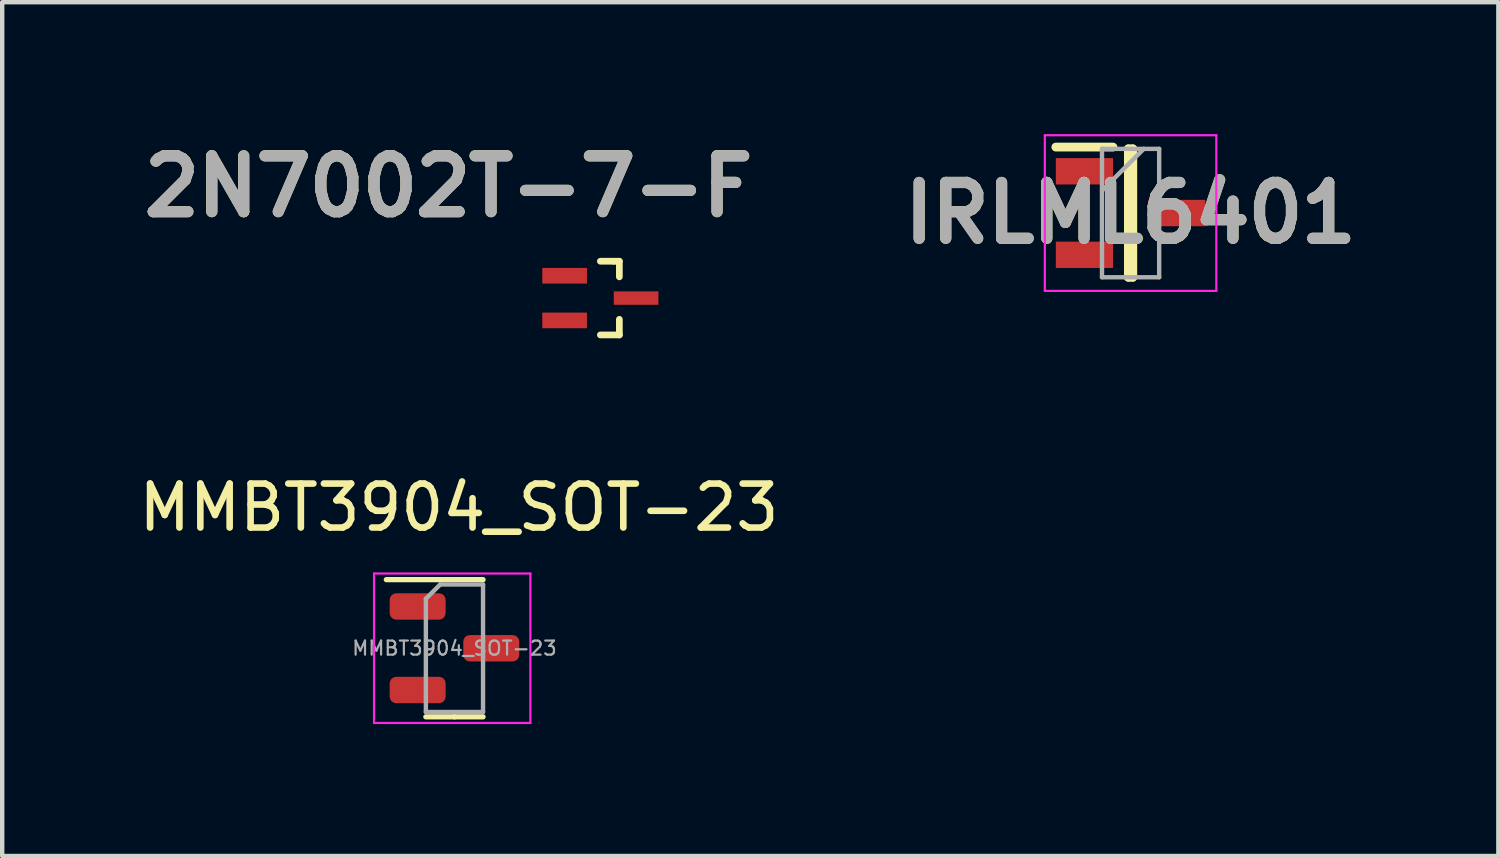
<source format=kicad_pcb>
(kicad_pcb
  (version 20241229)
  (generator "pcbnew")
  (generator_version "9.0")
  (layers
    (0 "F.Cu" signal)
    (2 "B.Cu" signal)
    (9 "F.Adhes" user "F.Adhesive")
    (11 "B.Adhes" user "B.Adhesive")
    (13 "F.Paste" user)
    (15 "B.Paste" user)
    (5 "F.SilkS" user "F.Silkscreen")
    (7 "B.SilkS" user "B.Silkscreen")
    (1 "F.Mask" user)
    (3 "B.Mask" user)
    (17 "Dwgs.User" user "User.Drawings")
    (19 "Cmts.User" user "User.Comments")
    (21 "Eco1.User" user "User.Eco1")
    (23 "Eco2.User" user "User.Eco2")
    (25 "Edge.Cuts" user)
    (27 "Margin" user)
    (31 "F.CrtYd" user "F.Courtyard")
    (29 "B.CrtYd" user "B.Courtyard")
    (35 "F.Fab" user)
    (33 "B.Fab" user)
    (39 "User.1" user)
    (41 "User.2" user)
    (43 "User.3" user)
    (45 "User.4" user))
  (footprint "IRLML6401"
    (layer "F.Cu")
    (at 22.661 1.795)
    (property "Reference" "IRLML6401" (at 0 0 0) (layer "F.SilkS") (effects (font (size 1.27 1.27) (thickness 0.254))))
    (attr smd)
    (fp_line (start -1.7 -1.5) (end -0.4 -1.5) (stroke (width 0.2) (type solid)) (layer "F.SilkS"))
    (fp_line (start -0.05 -1.46) (end 0.05 -1.46) (stroke (width 0.2) (type solid)) (layer "F.SilkS"))
    (fp_line (start -0.05 1.46) (end -0.05 -1.46) (stroke (width 0.2) (type solid)) (layer "F.SilkS"))
    (fp_line (start 0.05 -1.46) (end 0.05 1.46) (stroke (width 0.2) (type solid)) (layer "F.SilkS"))
    (fp_line (start 0.05 1.46) (end -0.05 1.46) (stroke (width 0.2) (type solid)) (layer "F.SilkS"))
    (fp_line (start -1.95 -1.77) (end 1.95 -1.77) (stroke (width 0.05) (type solid)) (layer "F.CrtYd"))
    (fp_line (start -1.95 1.77) (end -1.95 -1.77) (stroke (width 0.05) (type solid)) (layer "F.CrtYd"))
    (fp_line (start 1.95 -1.77) (end 1.95 1.77) (stroke (width 0.05) (type solid)) (layer "F.CrtYd"))
    (fp_line (start 1.95 1.77) (end -1.95 1.77) (stroke (width 0.05) (type solid)) (layer "F.CrtYd"))
    (fp_line (start -0.65 -1.46) (end 0.65 -1.46) (stroke (width 0.1) (type solid)) (layer "F.Fab"))
    (fp_line (start -0.65 -0.51) (end 0.3 -1.46) (stroke (width 0.1) (type solid)) (layer "F.Fab"))
    (fp_line (start -0.65 1.46) (end -0.65 -1.46) (stroke (width 0.1) (type solid)) (layer "F.Fab"))
    (fp_line (start 0.65 -1.46) (end 0.65 1.46) (stroke (width 0.1) (type solid)) (layer "F.Fab"))
    (fp_line (start 0.65 1.46) (end -0.65 1.46) (stroke (width 0.1) (type solid)) (layer "F.Fab"))
    (fp_text user "${REFERENCE}" (at 0 0 0) (layer "F.Fab") (effects (font (size 1.27 1.27) (thickness 0.254))))
    (pad "1" smd rect (at -1.05 -0.95 90) (size 0.6 1.3) (layers "F.Cu" "F.Mask" "F.Paste"))
    (pad "2" smd rect (at -1.05 0.95 90) (size 0.6 1.3) (layers "F.Cu" "F.Mask" "F.Paste"))
    (pad "3" smd rect (at 1.05 0 90) (size 0.6 1.3) (layers "F.Cu" "F.Mask" "F.Paste")))
  (footprint "2N7002T-7-F"
    (layer "F.Cu")
    (at 10.603 3.729)
    (property "Reference" "2N7002T-7-F" (at -3.454 -2.54 0) (layer "F.SilkS") (effects (font (size 1.27 1.27) (thickness 0.254))))
    (attr smd)
    (fp_line (start 0 0.838) (end 0.432 0.838) (stroke (width 0.152) (type solid)) (layer "F.SilkS"))
    (fp_line (start 0.305 -0.838) (end 0 -0.838) (stroke (width 0.152) (type solid)) (layer "F.SilkS"))
    (fp_line (start 0.432 -0.838) (end 0.305 -0.838) (stroke (width 0.152) (type solid)) (layer "F.SilkS"))
    (fp_line (start 0.432 -0.483) (end 0.432 -0.838) (stroke (width 0.152) (type solid)) (layer "F.SilkS"))
    (fp_line (start 0.432 0.838) (end 0.432 0.483) (stroke (width 0.152) (type solid)) (layer "F.SilkS"))
    (fp_text user "${REFERENCE}" (at -3.454 -2.54 0) (layer "F.Fab") (effects (font (size 1.27 1.27) (thickness 0.254))))
    (pad "1" smd rect (at -0.813 -0.508 90) (size 0.356 1.016) (layers "F.Cu" "F.Mask" "F.Paste"))
    (pad "2" smd rect (at -0.813 0.508 90) (size 0.356 1.016) (layers "F.Cu" "F.Mask" "F.Paste"))
    (pad "3" smd rect (at 0.813 0 90) (size 0.305 1.016) (layers "F.Cu" "F.Mask" "F.Paste")))
  (footprint "MMBT3904_SOT-23"
    (layer "F.Cu")
    (at 7.285 11.692)
    (property "Reference" "MMBT3904_SOT-23" (at 0.102 -3.2 0) (layer "F.SilkS") (effects (font (size 1 1) (thickness 0.15))))
    (attr smd)
    (fp_line (start 0 -1.56) (end -1.549 -1.56) (stroke (width 0.12) (type solid)) (layer "F.SilkS"))
    (fp_line (start 0 -1.56) (end 0.65 -1.56) (stroke (width 0.12) (type solid)) (layer "F.SilkS"))
    (fp_line (start 0 1.56) (end -0.65 1.56) (stroke (width 0.12) (type solid)) (layer "F.SilkS"))
    (fp_line (start 0 1.56) (end 0.65 1.56) (stroke (width 0.12) (type solid)) (layer "F.SilkS"))
    (fp_line (start -1.829 -1.7) (end -1.829 1.7) (stroke (width 0.05) (type solid)) (layer "F.CrtYd"))
    (fp_line (start -1.829 1.7) (end 1.727 1.7) (stroke (width 0.05) (type solid)) (layer "F.CrtYd"))
    (fp_line (start 1.727 -1.7) (end -1.829 -1.7) (stroke (width 0.05) (type solid)) (layer "F.CrtYd"))
    (fp_line (start 1.727 1.7) (end 1.727 -1.7) (stroke (width 0.05) (type solid)) (layer "F.CrtYd"))
    (fp_line (start -0.65 -1.125) (end -0.325 -1.45) (stroke (width 0.1) (type solid)) (layer "F.Fab"))
    (fp_line (start -0.65 1.45) (end -0.65 -1.125) (stroke (width 0.1) (type solid)) (layer "F.Fab"))
    (fp_line (start -0.325 -1.45) (end 0.65 -1.45) (stroke (width 0.1) (type solid)) (layer "F.Fab"))
    (fp_line (start 0.65 -1.45) (end 0.65 1.45) (stroke (width 0.1) (type solid)) (layer "F.Fab"))
    (fp_line (start 0.65 1.45) (end -0.65 1.45) (stroke (width 0.1) (type solid)) (layer "F.Fab"))
    (fp_text user "${REFERENCE}" (at 0 0 0) (layer "F.Fab") (effects (font (size 0.32 0.32) (thickness 0.05))))
    (pad "1" smd roundrect (at -0.837 -0.95) (size 1.273 0.6) (layers "F.Cu" "F.Mask" "F.Paste") (roundrect_rratio 0.25))
    (pad "2" smd roundrect (at -0.837 0.95) (size 1.273 0.6) (layers "F.Cu" "F.Mask" "F.Paste") (roundrect_rratio 0.25))
    (pad "3" smd roundrect (at 0.837 0) (size 1.273 0.6) (layers "F.Cu" "F.Mask" "F.Paste") (roundrect_rratio 0.25)))
  (gr_rect
    (start -3 -3)
    (end 31.025 16.417)
    (stroke (width 0.1) (type default))
    (fill no)
    (layer "Edge.Cuts")))
</source>
